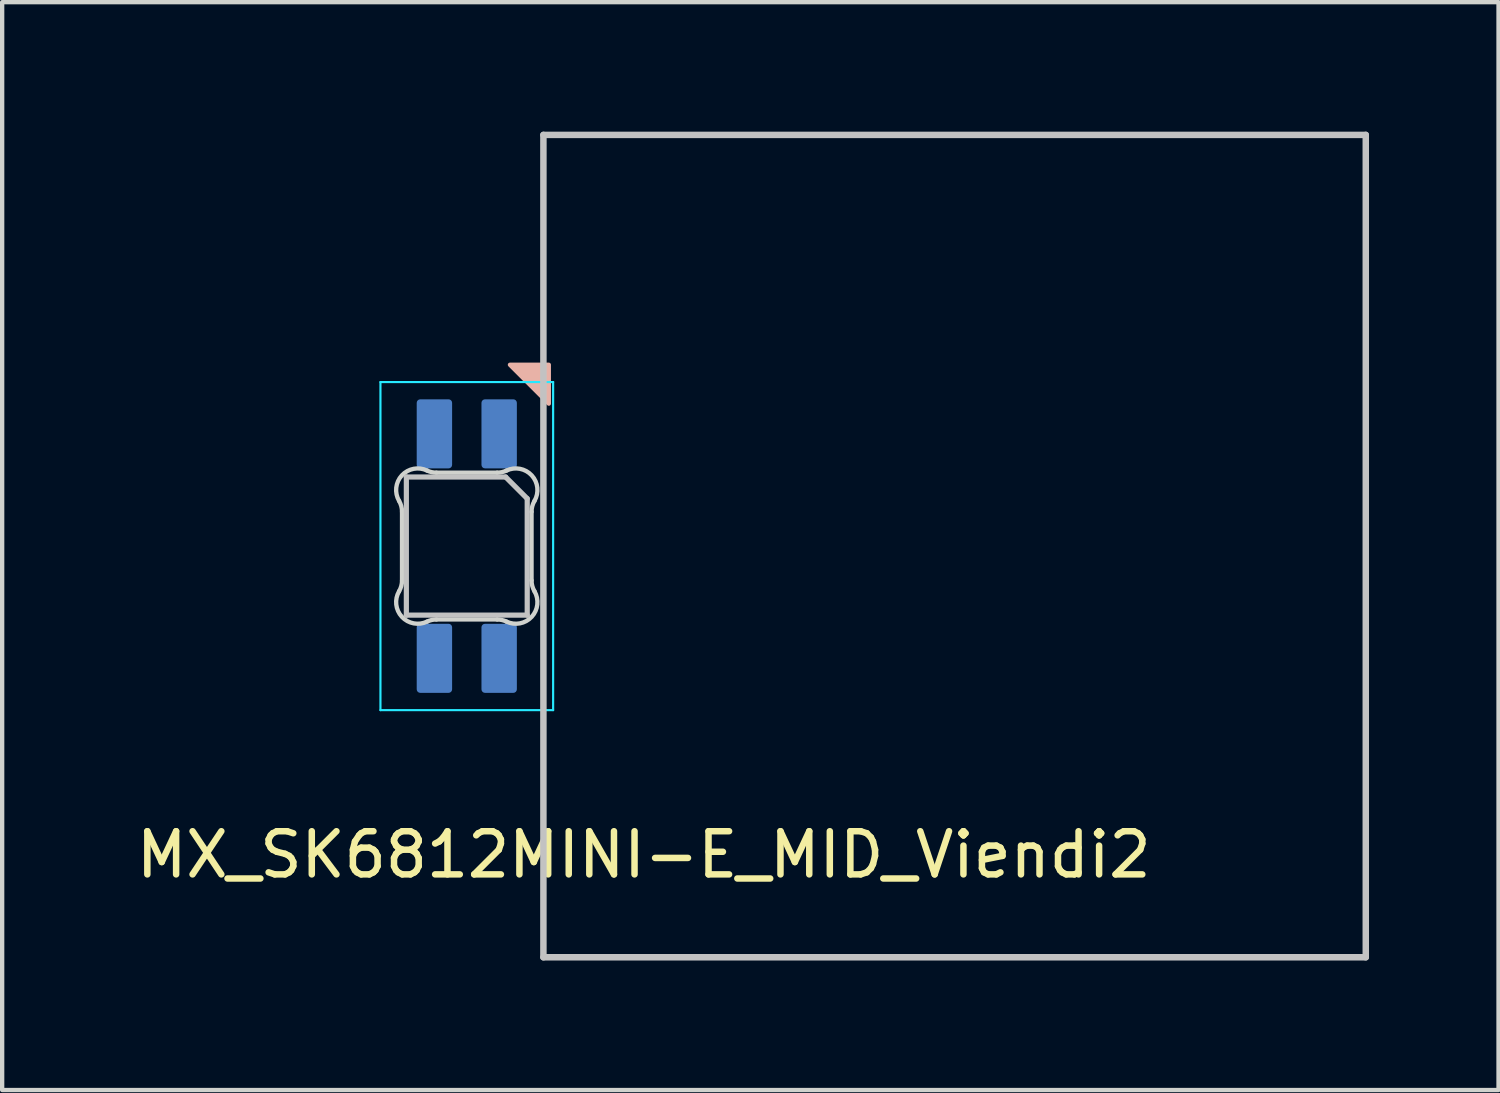
<source format=kicad_pcb>
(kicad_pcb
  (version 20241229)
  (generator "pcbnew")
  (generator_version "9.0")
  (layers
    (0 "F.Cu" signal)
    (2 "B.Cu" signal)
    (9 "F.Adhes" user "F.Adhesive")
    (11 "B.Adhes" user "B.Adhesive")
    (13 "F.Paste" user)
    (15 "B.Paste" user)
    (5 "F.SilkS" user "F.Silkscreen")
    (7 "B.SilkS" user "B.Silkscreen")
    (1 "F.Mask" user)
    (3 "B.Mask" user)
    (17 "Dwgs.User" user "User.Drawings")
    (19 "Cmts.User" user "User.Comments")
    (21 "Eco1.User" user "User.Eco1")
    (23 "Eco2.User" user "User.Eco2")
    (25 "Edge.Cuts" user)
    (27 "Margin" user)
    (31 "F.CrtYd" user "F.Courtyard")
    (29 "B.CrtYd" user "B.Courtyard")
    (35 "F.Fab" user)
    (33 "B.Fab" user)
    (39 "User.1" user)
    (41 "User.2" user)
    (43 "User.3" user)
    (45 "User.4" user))
  (footprint "MX_SK6812MINI-E_MID_Viendi2"
    (layer "F.Cu")
    (at 19.063 9.6)
    (property "Reference" "MX_SK6812MINI-E_MID_Viendi2" (at -7.2 7.15 180) (layer "F.SilkS") (effects (font (size 1 1) (thickness 0.15))))
    (attr through_hole)
    (fp_poly (pts (xy -10.3 -4.2) (xy -9.4 -3.3) (xy -9.4 -4.2)) (stroke (width 0.1) (type solid)) (fill yes) (layer "B.SilkS"))
    (fp_line (start -12.7 -1.6) (end -12.7 1.6) (stroke (width 0.12) (type solid)) (layer "Dwgs.User"))
    (fp_line (start -12.7 1.6) (end -9.9 1.6) (stroke (width 0.12) (type solid)) (layer "Dwgs.User"))
    (fp_line (start -10.4 -1.6) (end -12.7 -1.6) (stroke (width 0.12) (type solid)) (layer "Dwgs.User"))
    (fp_line (start -10.4 -1.6) (end -9.9 -1.1) (stroke (width 0.12) (type solid)) (layer "Dwgs.User"))
    (fp_line (start -9.9 1.6) (end -9.9 -1.1) (stroke (width 0.12) (type solid)) (layer "Dwgs.User"))
    (fp_line (start -9.525 -9.525) (end 9.525 -9.525) (stroke (width 0.15) (type solid)) (layer "Dwgs.User"))
    (fp_line (start -9.525 9.525) (end -9.525 -9.525) (stroke (width 0.15) (type solid)) (layer "Dwgs.User"))
    (fp_line (start 9.525 -9.525) (end 9.525 9.525) (stroke (width 0.15) (type solid)) (layer "Dwgs.User"))
    (fp_line (start 9.525 9.525) (end -9.525 9.525) (stroke (width 0.15) (type solid)) (layer "Dwgs.User"))
    (fp_line (start -12.8 0.794) (end -12.8 -0.794) (stroke (width 0.1) (type solid)) (layer "Edge.Cuts"))
    (fp_line (start -12.003 -1.7) (end -10.597 -1.7) (stroke (width 0.1) (type solid)) (layer "Edge.Cuts"))
    (fp_line (start -10.597 1.7) (end -12.003 1.7) (stroke (width 0.1) (type solid)) (layer "Edge.Cuts"))
    (fp_line (start -9.8 -0.794) (end -9.8 0.794) (stroke (width 0.1) (type solid)) (layer "Edge.Cuts"))
    (fp_arc (start -12.868299 -1.046711) (mid -12.817377 -0.925123) (end -12.8 -0.794453) (stroke (width 0.1) (type solid)) (layer "Edge.Cuts"))
    (fp_arc (start -12.868299 -1.046711) (mid -12.804035 -1.638071) (end -12.219721 -1.749484) (stroke (width 0.1) (type solid)) (layer "Edge.Cuts"))
    (fp_arc (start -12.800001 0.794453) (mid -12.817378 0.925123) (end -12.8683 1.046711) (stroke (width 0.1) (type solid)) (layer "Edge.Cuts"))
    (fp_arc (start -12.219721 1.749484) (mid -12.804036 1.638071) (end -12.8683 1.046711) (stroke (width 0.1) (type solid)) (layer "Edge.Cuts"))
    (fp_arc (start -12.219721 1.749484) (mid -12.114069 1.712527) (end -12.002843 1.699999) (stroke (width 0.1) (type solid)) (layer "Edge.Cuts"))
    (fp_arc (start -12.002844 -1.699999) (mid -12.114069 -1.712527) (end -12.219721 -1.749484) (stroke (width 0.1) (type solid)) (layer "Edge.Cuts"))
    (fp_arc (start -10.597158 1.699999) (mid -10.485933 1.712527) (end -10.380281 1.749484) (stroke (width 0.1) (type solid)) (layer "Edge.Cuts"))
    (fp_arc (start -10.380282 -1.749484) (mid -9.795966 -1.638072) (end -9.731702 -1.046711) (stroke (width 0.1) (type solid)) (layer "Edge.Cuts"))
    (fp_arc (start -10.380281 -1.749484) (mid -10.485933 -1.712527) (end -10.597159 -1.699999) (stroke (width 0.1) (type solid)) (layer "Edge.Cuts"))
    (fp_arc (start -9.800001 -0.794452) (mid -9.782624 -0.925123) (end -9.731702 -1.046711) (stroke (width 0.1) (type solid)) (layer "Edge.Cuts"))
    (fp_arc (start -9.731704 1.046711) (mid -9.795967 1.63807) (end -10.380281 1.749484) (stroke (width 0.1) (type solid)) (layer "Edge.Cuts"))
    (fp_arc (start -9.731702 1.04671) (mid -9.782624 0.925122) (end -9.800001 0.794452) (stroke (width 0.1) (type solid)) (layer "Edge.Cuts"))
    (fp_line (start -13.3 -3.8) (end -13.3 3.8) (stroke (width 0.05) (type solid)) (layer "B.CrtYd"))
    (fp_line (start -13.3 3.8) (end -9.3 3.8) (stroke (width 0.05) (type solid)) (layer "B.CrtYd"))
    (fp_line (start -9.3 -3.8) (end -13.3 -3.8) (stroke (width 0.05) (type solid)) (layer "B.CrtYd"))
    (fp_line (start -9.3 3.8) (end -9.3 -3.8) (stroke (width 0.05) (type solid)) (layer "B.CrtYd"))
    (pad "1" smd roundrect (at -12.05 2.6) (size 0.82 1.6) (layers "B.Cu" "B.Mask" "B.Paste") (roundrect_rratio 0.1))
    (pad "2" smd roundrect (at -10.55 2.6) (size 0.82 1.6) (layers "B.Cu" "B.Mask" "B.Paste") (roundrect_rratio 0.1))
    (pad "3" smd roundrect (at -10.55 -2.6) (size 0.82 1.6) (layers "B.Cu" "B.Mask" "B.Paste") (roundrect_rratio 0.1))
    (pad "4" smd roundrect (at -12.05 -2.6) (size 0.82 1.6) (layers "B.Cu" "B.Mask" "B.Paste") (roundrect_rratio 0.1)))
  (gr_rect
    (start -3 -3)
    (end 31.663 22.2)
    (stroke (width 0.1) (type default))
    (fill no)
    (layer "Edge.Cuts")))
</source>
